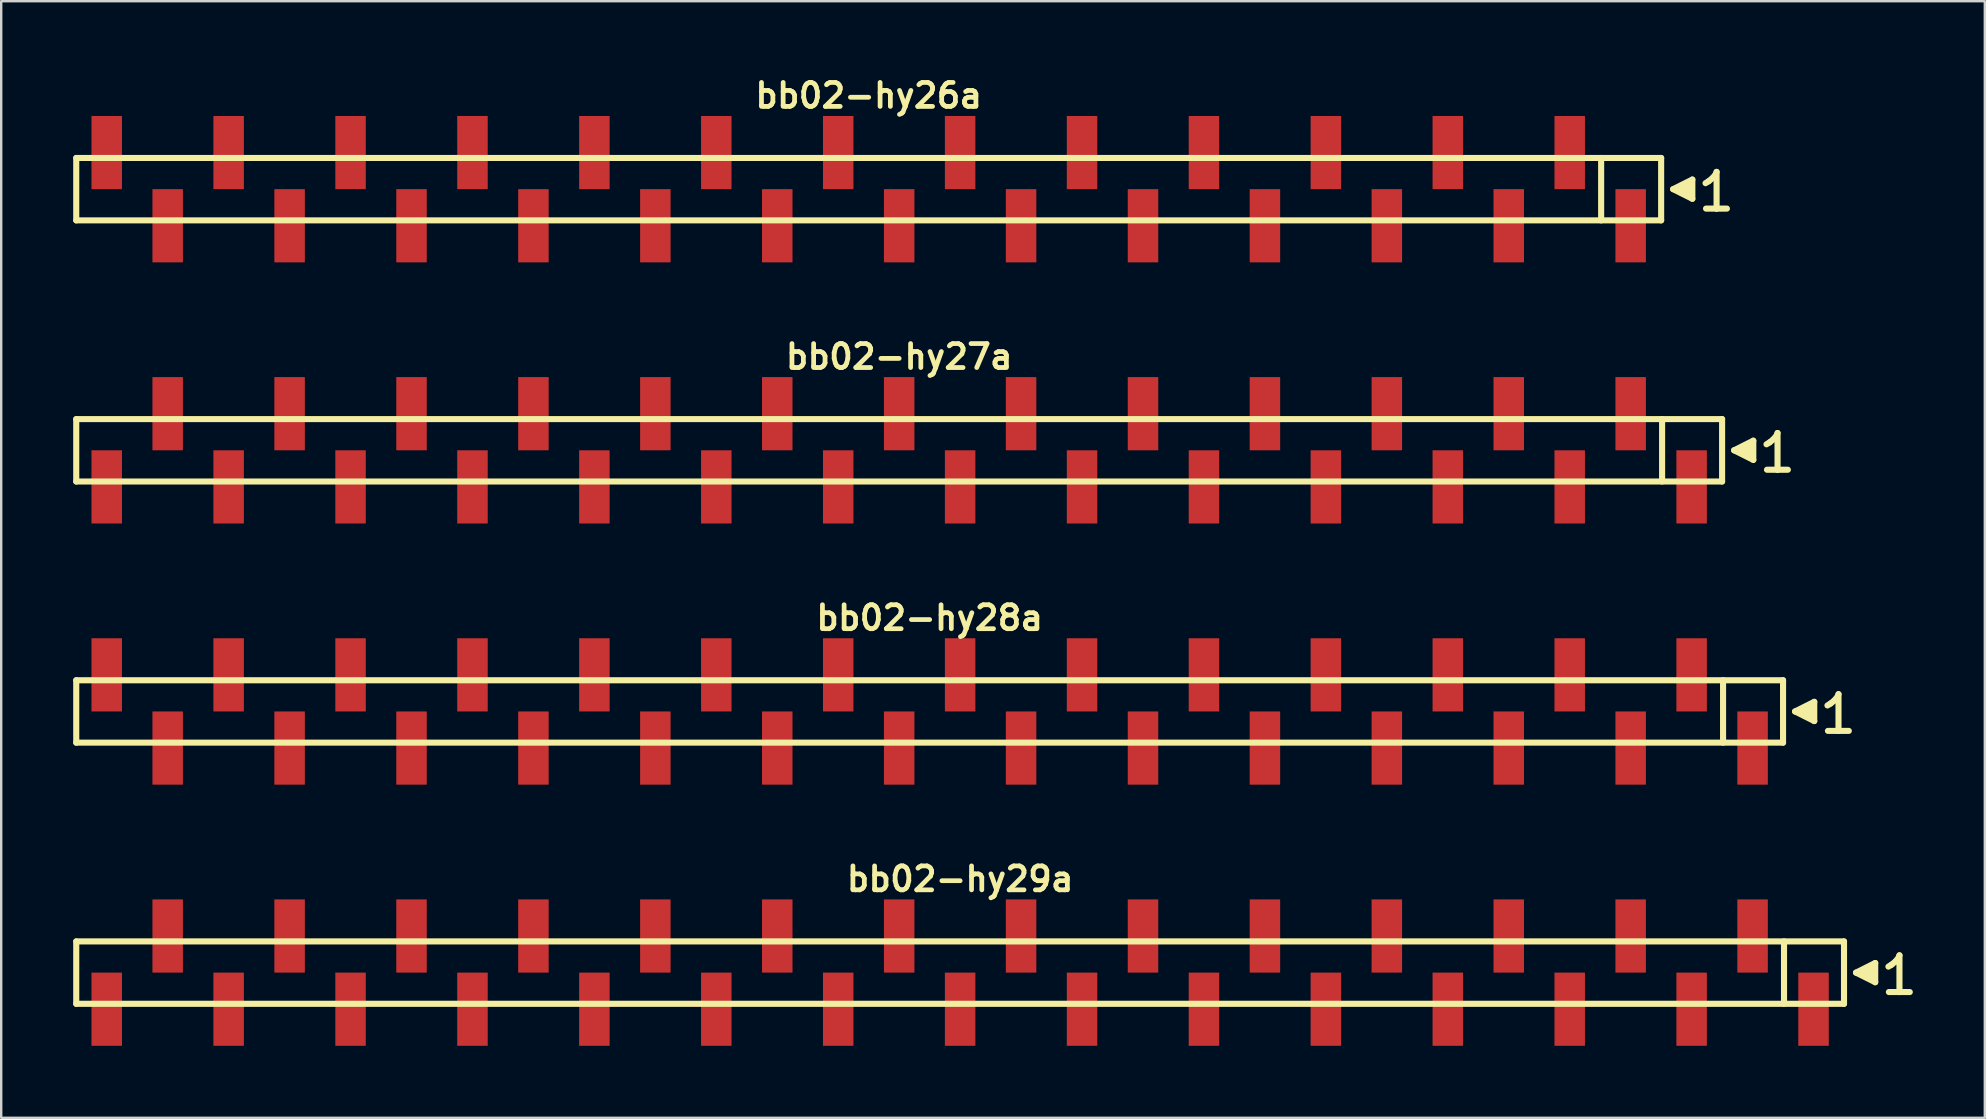
<source format=kicad_pcb>
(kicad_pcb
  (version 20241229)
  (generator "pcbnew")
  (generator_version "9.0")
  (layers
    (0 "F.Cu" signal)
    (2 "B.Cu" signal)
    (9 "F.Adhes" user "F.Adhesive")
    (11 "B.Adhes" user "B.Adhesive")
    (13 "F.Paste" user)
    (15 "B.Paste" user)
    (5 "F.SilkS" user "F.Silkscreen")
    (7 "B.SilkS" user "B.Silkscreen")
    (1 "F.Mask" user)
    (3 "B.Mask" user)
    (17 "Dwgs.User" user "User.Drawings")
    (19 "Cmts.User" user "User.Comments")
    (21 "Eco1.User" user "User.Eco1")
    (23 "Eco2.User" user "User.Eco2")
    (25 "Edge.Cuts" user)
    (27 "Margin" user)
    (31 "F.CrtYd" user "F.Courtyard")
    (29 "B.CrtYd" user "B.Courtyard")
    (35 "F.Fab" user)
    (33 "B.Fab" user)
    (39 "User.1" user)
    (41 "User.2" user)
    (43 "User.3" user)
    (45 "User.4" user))
  (footprint "bb02-hy29a"
    (layer "F.Cu")
    (at 36.957 37.477)
    (property "Reference" "bb02-hy29a" (at 0 -3.9 0) (layer "F.SilkS") (effects (font (size 0.998 0.998) (thickness 0.198))))
    (attr through_hole)
    (fp_line (start -36.83 -1.3) (end 36.83 -1.3) (stroke (width 0.254) (type solid)) (layer "F.SilkS"))
    (fp_line (start -36.83 1.3) (end -36.83 -1.3) (stroke (width 0.254) (type solid)) (layer "F.SilkS"))
    (fp_line (start 34.33 1.3) (end 34.33 -1.3) (stroke (width 0.254) (type solid)) (layer "F.SilkS"))
    (fp_line (start 36.83 -1.3) (end 36.83 1.3) (stroke (width 0.254) (type solid)) (layer "F.SilkS"))
    (fp_line (start 36.83 1.3) (end -36.83 1.3) (stroke (width 0.254) (type solid)) (layer "F.SilkS"))
    (fp_line (start 37.33 0) (end 38.13 0.4) (stroke (width 0.254) (type solid)) (layer "F.SilkS"))
    (fp_line (start 37.63 0.1) (end 37.63 -0.1) (stroke (width 0.254) (type solid)) (layer "F.SilkS"))
    (fp_line (start 37.73 -0.1) (end 37.73 0.1) (stroke (width 0.254) (type solid)) (layer "F.SilkS"))
    (fp_line (start 37.83 0.2) (end 37.83 -0.2) (stroke (width 0.254) (type solid)) (layer "F.SilkS"))
    (fp_line (start 37.93 -0.2) (end 37.93 0.2) (stroke (width 0.254) (type solid)) (layer "F.SilkS"))
    (fp_line (start 38.03 0.3) (end 38.03 -0.3) (stroke (width 0.254) (type solid)) (layer "F.SilkS"))
    (fp_line (start 38.13 -0.4) (end 37.33 0) (stroke (width 0.254) (type solid)) (layer "F.SilkS"))
    (fp_line (start 38.13 0.4) (end 38.13 -0.4) (stroke (width 0.254) (type solid)) (layer "F.SilkS"))
    (fp_line (start 38.68 -0.25) (end 38.81 -0.33) (stroke (width 0.254) (type solid)) (layer "F.SilkS"))
    (fp_line (start 38.81 -0.33) (end 38.97 -0.46) (stroke (width 0.254) (type solid)) (layer "F.SilkS"))
    (fp_line (start 38.97 -0.46) (end 39.11 -0.63) (stroke (width 0.254) (type solid)) (layer "F.SilkS"))
    (fp_line (start 39.11 -0.63) (end 39.14 -0.72) (stroke (width 0.254) (type solid)) (layer "F.SilkS"))
    (fp_line (start 39.14 -0.72) (end 39.14 0.81) (stroke (width 0.254) (type solid)) (layer "F.SilkS"))
    (fp_line (start 39.14 0.81) (end 38.7 0.81) (stroke (width 0.254) (type solid)) (layer "F.SilkS"))
    (fp_line (start 39.57 0.81) (end 39.13 0.81) (stroke (width 0.254) (type solid)) (layer "F.SilkS"))
    (pad "1" smd rect (at 35.56 1.525) (size 1.27 3.05) (layers "F.Cu" "F.Mask" "F.Paste"))
    (pad "2" smd rect (at 33.02 -1.525) (size 1.27 3.05) (layers "F.Cu" "F.Mask" "F.Paste"))
    (pad "3" smd rect (at 30.48 1.525) (size 1.27 3.05) (layers "F.Cu" "F.Mask" "F.Paste"))
    (pad "4" smd rect (at 27.94 -1.525) (size 1.27 3.05) (layers "F.Cu" "F.Mask" "F.Paste"))
    (pad "5" smd rect (at 25.4 1.525) (size 1.27 3.05) (layers "F.Cu" "F.Mask" "F.Paste"))
    (pad "6" smd rect (at 22.86 -1.525) (size 1.27 3.05) (layers "F.Cu" "F.Mask" "F.Paste"))
    (pad "7" smd rect (at 20.32 1.525) (size 1.27 3.05) (layers "F.Cu" "F.Mask" "F.Paste"))
    (pad "8" smd rect (at 17.78 -1.525) (size 1.27 3.05) (layers "F.Cu" "F.Mask" "F.Paste"))
    (pad "9" smd rect (at 15.24 1.525) (size 1.27 3.05) (layers "F.Cu" "F.Mask" "F.Paste"))
    (pad "10" smd rect (at 12.7 -1.525) (size 1.27 3.05) (layers "F.Cu" "F.Mask" "F.Paste"))
    (pad "11" smd rect (at 10.16 1.525) (size 1.27 3.05) (layers "F.Cu" "F.Mask" "F.Paste"))
    (pad "12" smd rect (at 7.62 -1.525) (size 1.27 3.05) (layers "F.Cu" "F.Mask" "F.Paste"))
    (pad "13" smd rect (at 5.08 1.525) (size 1.27 3.05) (layers "F.Cu" "F.Mask" "F.Paste"))
    (pad "14" smd rect (at 2.54 -1.525) (size 1.27 3.05) (layers "F.Cu" "F.Mask" "F.Paste"))
    (pad "15" smd rect (at 0 1.525) (size 1.27 3.05) (layers "F.Cu" "F.Mask" "F.Paste"))
    (pad "16" smd rect (at -2.54 -1.525) (size 1.27 3.05) (layers "F.Cu" "F.Mask" "F.Paste"))
    (pad "17" smd rect (at -5.08 1.525) (size 1.27 3.05) (layers "F.Cu" "F.Mask" "F.Paste"))
    (pad "18" smd rect (at -7.62 -1.525) (size 1.27 3.05) (layers "F.Cu" "F.Mask" "F.Paste"))
    (pad "19" smd rect (at -10.16 1.525) (size 1.27 3.05) (layers "F.Cu" "F.Mask" "F.Paste"))
    (pad "20" smd rect (at -12.7 -1.525) (size 1.27 3.05) (layers "F.Cu" "F.Mask" "F.Paste"))
    (pad "21" smd rect (at -15.24 1.525) (size 1.27 3.05) (layers "F.Cu" "F.Mask" "F.Paste"))
    (pad "22" smd rect (at -17.78 -1.525) (size 1.27 3.05) (layers "F.Cu" "F.Mask" "F.Paste"))
    (pad "23" smd rect (at -20.32 1.525) (size 1.27 3.05) (layers "F.Cu" "F.Mask" "F.Paste"))
    (pad "24" smd rect (at -22.86 -1.525) (size 1.27 3.05) (layers "F.Cu" "F.Mask" "F.Paste"))
    (pad "25" smd rect (at -25.4 1.525) (size 1.27 3.05) (layers "F.Cu" "F.Mask" "F.Paste"))
    (pad "26" smd rect (at -27.94 -1.525) (size 1.27 3.05) (layers "F.Cu" "F.Mask" "F.Paste"))
    (pad "27" smd rect (at -30.48 1.525) (size 1.27 3.05) (layers "F.Cu" "F.Mask" "F.Paste"))
    (pad "28" smd rect (at -33.02 -1.525) (size 1.27 3.05) (layers "F.Cu" "F.Mask" "F.Paste"))
    (pad "29" smd rect (at -35.56 1.525) (size 1.27 3.05) (layers "F.Cu" "F.Mask" "F.Paste")))
  (footprint "bb02-hy28a"
    (layer "F.Cu")
    (at 35.687 26.595)
    (property "Reference" "bb02-hy28a" (at 0 -3.9 0) (layer "F.SilkS") (effects (font (size 0.998 0.998) (thickness 0.198))))
    (attr through_hole)
    (fp_line (start -35.56 -1.3) (end 35.56 -1.3) (stroke (width 0.254) (type solid)) (layer "F.SilkS"))
    (fp_line (start -35.56 1.3) (end -35.56 -1.3) (stroke (width 0.254) (type solid)) (layer "F.SilkS"))
    (fp_line (start 33.06 1.3) (end 33.06 -1.3) (stroke (width 0.254) (type solid)) (layer "F.SilkS"))
    (fp_line (start 35.56 -1.3) (end 35.56 1.3) (stroke (width 0.254) (type solid)) (layer "F.SilkS"))
    (fp_line (start 35.56 1.3) (end -35.56 1.3) (stroke (width 0.254) (type solid)) (layer "F.SilkS"))
    (fp_line (start 36.06 0) (end 36.86 0.4) (stroke (width 0.254) (type solid)) (layer "F.SilkS"))
    (fp_line (start 36.36 0.1) (end 36.36 -0.1) (stroke (width 0.254) (type solid)) (layer "F.SilkS"))
    (fp_line (start 36.46 -0.1) (end 36.46 0.1) (stroke (width 0.254) (type solid)) (layer "F.SilkS"))
    (fp_line (start 36.56 0.2) (end 36.56 -0.2) (stroke (width 0.254) (type solid)) (layer "F.SilkS"))
    (fp_line (start 36.66 -0.2) (end 36.66 0.2) (stroke (width 0.254) (type solid)) (layer "F.SilkS"))
    (fp_line (start 36.76 0.3) (end 36.76 -0.3) (stroke (width 0.254) (type solid)) (layer "F.SilkS"))
    (fp_line (start 36.86 -0.4) (end 36.06 0) (stroke (width 0.254) (type solid)) (layer "F.SilkS"))
    (fp_line (start 36.86 0.4) (end 36.86 -0.4) (stroke (width 0.254) (type solid)) (layer "F.SilkS"))
    (fp_line (start 37.41 -0.25) (end 37.54 -0.33) (stroke (width 0.254) (type solid)) (layer "F.SilkS"))
    (fp_line (start 37.54 -0.33) (end 37.7 -0.46) (stroke (width 0.254) (type solid)) (layer "F.SilkS"))
    (fp_line (start 37.7 -0.46) (end 37.84 -0.63) (stroke (width 0.254) (type solid)) (layer "F.SilkS"))
    (fp_line (start 37.84 -0.63) (end 37.87 -0.72) (stroke (width 0.254) (type solid)) (layer "F.SilkS"))
    (fp_line (start 37.87 -0.72) (end 37.87 0.81) (stroke (width 0.254) (type solid)) (layer "F.SilkS"))
    (fp_line (start 37.87 0.81) (end 37.43 0.81) (stroke (width 0.254) (type solid)) (layer "F.SilkS"))
    (fp_line (start 38.3 0.81) (end 37.86 0.81) (stroke (width 0.254) (type solid)) (layer "F.SilkS"))
    (pad "1" smd rect (at 34.29 1.525) (size 1.27 3.05) (layers "F.Cu" "F.Mask" "F.Paste"))
    (pad "2" smd rect (at 31.75 -1.525) (size 1.27 3.05) (layers "F.Cu" "F.Mask" "F.Paste"))
    (pad "3" smd rect (at 29.21 1.525) (size 1.27 3.05) (layers "F.Cu" "F.Mask" "F.Paste"))
    (pad "4" smd rect (at 26.67 -1.525) (size 1.27 3.05) (layers "F.Cu" "F.Mask" "F.Paste"))
    (pad "5" smd rect (at 24.13 1.525) (size 1.27 3.05) (layers "F.Cu" "F.Mask" "F.Paste"))
    (pad "6" smd rect (at 21.59 -1.525) (size 1.27 3.05) (layers "F.Cu" "F.Mask" "F.Paste"))
    (pad "7" smd rect (at 19.05 1.525) (size 1.27 3.05) (layers "F.Cu" "F.Mask" "F.Paste"))
    (pad "8" smd rect (at 16.51 -1.525) (size 1.27 3.05) (layers "F.Cu" "F.Mask" "F.Paste"))
    (pad "9" smd rect (at 13.97 1.525) (size 1.27 3.05) (layers "F.Cu" "F.Mask" "F.Paste"))
    (pad "10" smd rect (at 11.43 -1.525) (size 1.27 3.05) (layers "F.Cu" "F.Mask" "F.Paste"))
    (pad "11" smd rect (at 8.89 1.525) (size 1.27 3.05) (layers "F.Cu" "F.Mask" "F.Paste"))
    (pad "12" smd rect (at 6.35 -1.525) (size 1.27 3.05) (layers "F.Cu" "F.Mask" "F.Paste"))
    (pad "13" smd rect (at 3.81 1.525) (size 1.27 3.05) (layers "F.Cu" "F.Mask" "F.Paste"))
    (pad "14" smd rect (at 1.27 -1.525) (size 1.27 3.05) (layers "F.Cu" "F.Mask" "F.Paste"))
    (pad "15" smd rect (at -1.27 1.525) (size 1.27 3.05) (layers "F.Cu" "F.Mask" "F.Paste"))
    (pad "16" smd rect (at -3.81 -1.525) (size 1.27 3.05) (layers "F.Cu" "F.Mask" "F.Paste"))
    (pad "17" smd rect (at -6.35 1.525) (size 1.27 3.05) (layers "F.Cu" "F.Mask" "F.Paste"))
    (pad "18" smd rect (at -8.89 -1.525) (size 1.27 3.05) (layers "F.Cu" "F.Mask" "F.Paste"))
    (pad "19" smd rect (at -11.43 1.525) (size 1.27 3.05) (layers "F.Cu" "F.Mask" "F.Paste"))
    (pad "20" smd rect (at -13.97 -1.525) (size 1.27 3.05) (layers "F.Cu" "F.Mask" "F.Paste"))
    (pad "21" smd rect (at -16.51 1.525) (size 1.27 3.05) (layers "F.Cu" "F.Mask" "F.Paste"))
    (pad "22" smd rect (at -19.05 -1.525) (size 1.27 3.05) (layers "F.Cu" "F.Mask" "F.Paste"))
    (pad "23" smd rect (at -21.59 1.525) (size 1.27 3.05) (layers "F.Cu" "F.Mask" "F.Paste"))
    (pad "24" smd rect (at -24.13 -1.525) (size 1.27 3.05) (layers "F.Cu" "F.Mask" "F.Paste"))
    (pad "25" smd rect (at -26.67 1.525) (size 1.27 3.05) (layers "F.Cu" "F.Mask" "F.Paste"))
    (pad "26" smd rect (at -29.21 -1.525) (size 1.27 3.05) (layers "F.Cu" "F.Mask" "F.Paste"))
    (pad "27" smd rect (at -31.75 1.525) (size 1.27 3.05) (layers "F.Cu" "F.Mask" "F.Paste"))
    (pad "28" smd rect (at -34.29 -1.525) (size 1.27 3.05) (layers "F.Cu" "F.Mask" "F.Paste")))
  (footprint "bb02-hy27a"
    (layer "F.Cu")
    (at 34.417 15.713)
    (property "Reference" "bb02-hy27a" (at 0 -3.9 0) (layer "F.SilkS") (effects (font (size 0.998 0.998) (thickness 0.198))))
    (attr through_hole)
    (fp_line (start -34.29 -1.3) (end 34.29 -1.3) (stroke (width 0.254) (type solid)) (layer "F.SilkS"))
    (fp_line (start -34.29 1.3) (end -34.29 -1.3) (stroke (width 0.254) (type solid)) (layer "F.SilkS"))
    (fp_line (start 31.79 1.3) (end 31.79 -1.3) (stroke (width 0.254) (type solid)) (layer "F.SilkS"))
    (fp_line (start 34.29 -1.3) (end 34.29 1.3) (stroke (width 0.254) (type solid)) (layer "F.SilkS"))
    (fp_line (start 34.29 1.3) (end -34.29 1.3) (stroke (width 0.254) (type solid)) (layer "F.SilkS"))
    (fp_line (start 34.79 0) (end 35.59 0.4) (stroke (width 0.254) (type solid)) (layer "F.SilkS"))
    (fp_line (start 35.09 0.1) (end 35.09 -0.1) (stroke (width 0.254) (type solid)) (layer "F.SilkS"))
    (fp_line (start 35.19 -0.1) (end 35.19 0.1) (stroke (width 0.254) (type solid)) (layer "F.SilkS"))
    (fp_line (start 35.29 0.2) (end 35.29 -0.2) (stroke (width 0.254) (type solid)) (layer "F.SilkS"))
    (fp_line (start 35.39 -0.2) (end 35.39 0.2) (stroke (width 0.254) (type solid)) (layer "F.SilkS"))
    (fp_line (start 35.49 0.3) (end 35.49 -0.3) (stroke (width 0.254) (type solid)) (layer "F.SilkS"))
    (fp_line (start 35.59 -0.4) (end 34.79 0) (stroke (width 0.254) (type solid)) (layer "F.SilkS"))
    (fp_line (start 35.59 0.4) (end 35.59 -0.4) (stroke (width 0.254) (type solid)) (layer "F.SilkS"))
    (fp_line (start 36.14 -0.25) (end 36.27 -0.33) (stroke (width 0.254) (type solid)) (layer "F.SilkS"))
    (fp_line (start 36.27 -0.33) (end 36.43 -0.46) (stroke (width 0.254) (type solid)) (layer "F.SilkS"))
    (fp_line (start 36.43 -0.46) (end 36.57 -0.63) (stroke (width 0.254) (type solid)) (layer "F.SilkS"))
    (fp_line (start 36.57 -0.63) (end 36.6 -0.72) (stroke (width 0.254) (type solid)) (layer "F.SilkS"))
    (fp_line (start 36.6 -0.72) (end 36.6 0.81) (stroke (width 0.254) (type solid)) (layer "F.SilkS"))
    (fp_line (start 36.6 0.81) (end 36.16 0.81) (stroke (width 0.254) (type solid)) (layer "F.SilkS"))
    (fp_line (start 37.03 0.81) (end 36.59 0.81) (stroke (width 0.254) (type solid)) (layer "F.SilkS"))
    (pad "1" smd rect (at 33.02 1.525) (size 1.27 3.05) (layers "F.Cu" "F.Mask" "F.Paste"))
    (pad "2" smd rect (at 30.48 -1.525) (size 1.27 3.05) (layers "F.Cu" "F.Mask" "F.Paste"))
    (pad "3" smd rect (at 27.94 1.525) (size 1.27 3.05) (layers "F.Cu" "F.Mask" "F.Paste"))
    (pad "4" smd rect (at 25.4 -1.525) (size 1.27 3.05) (layers "F.Cu" "F.Mask" "F.Paste"))
    (pad "5" smd rect (at 22.86 1.525) (size 1.27 3.05) (layers "F.Cu" "F.Mask" "F.Paste"))
    (pad "6" smd rect (at 20.32 -1.525) (size 1.27 3.05) (layers "F.Cu" "F.Mask" "F.Paste"))
    (pad "7" smd rect (at 17.78 1.525) (size 1.27 3.05) (layers "F.Cu" "F.Mask" "F.Paste"))
    (pad "8" smd rect (at 15.24 -1.525) (size 1.27 3.05) (layers "F.Cu" "F.Mask" "F.Paste"))
    (pad "9" smd rect (at 12.7 1.525) (size 1.27 3.05) (layers "F.Cu" "F.Mask" "F.Paste"))
    (pad "10" smd rect (at 10.16 -1.525) (size 1.27 3.05) (layers "F.Cu" "F.Mask" "F.Paste"))
    (pad "11" smd rect (at 7.62 1.525) (size 1.27 3.05) (layers "F.Cu" "F.Mask" "F.Paste"))
    (pad "12" smd rect (at 5.08 -1.525) (size 1.27 3.05) (layers "F.Cu" "F.Mask" "F.Paste"))
    (pad "13" smd rect (at 2.54 1.525) (size 1.27 3.05) (layers "F.Cu" "F.Mask" "F.Paste"))
    (pad "14" smd rect (at 0 -1.525) (size 1.27 3.05) (layers "F.Cu" "F.Mask" "F.Paste"))
    (pad "15" smd rect (at -2.54 1.525) (size 1.27 3.05) (layers "F.Cu" "F.Mask" "F.Paste"))
    (pad "16" smd rect (at -5.08 -1.525) (size 1.27 3.05) (layers "F.Cu" "F.Mask" "F.Paste"))
    (pad "17" smd rect (at -7.62 1.525) (size 1.27 3.05) (layers "F.Cu" "F.Mask" "F.Paste"))
    (pad "18" smd rect (at -10.16 -1.525) (size 1.27 3.05) (layers "F.Cu" "F.Mask" "F.Paste"))
    (pad "19" smd rect (at -12.7 1.525) (size 1.27 3.05) (layers "F.Cu" "F.Mask" "F.Paste"))
    (pad "20" smd rect (at -15.24 -1.525) (size 1.27 3.05) (layers "F.Cu" "F.Mask" "F.Paste"))
    (pad "21" smd rect (at -17.78 1.525) (size 1.27 3.05) (layers "F.Cu" "F.Mask" "F.Paste"))
    (pad "22" smd rect (at -20.32 -1.525) (size 1.27 3.05) (layers "F.Cu" "F.Mask" "F.Paste"))
    (pad "23" smd rect (at -22.86 1.525) (size 1.27 3.05) (layers "F.Cu" "F.Mask" "F.Paste"))
    (pad "24" smd rect (at -25.4 -1.525) (size 1.27 3.05) (layers "F.Cu" "F.Mask" "F.Paste"))
    (pad "25" smd rect (at -27.94 1.525) (size 1.27 3.05) (layers "F.Cu" "F.Mask" "F.Paste"))
    (pad "26" smd rect (at -30.48 -1.525) (size 1.27 3.05) (layers "F.Cu" "F.Mask" "F.Paste"))
    (pad "27" smd rect (at -33.02 1.525) (size 1.27 3.05) (layers "F.Cu" "F.Mask" "F.Paste")))
  (footprint "bb02-hy26a"
    (layer "F.Cu")
    (at 33.147 4.832)
    (property "Reference" "bb02-hy26a" (at 0 -3.9 0) (layer "F.SilkS") (effects (font (size 0.998 0.998) (thickness 0.198))))
    (attr through_hole)
    (fp_line (start -33.02 -1.3) (end 33.02 -1.3) (stroke (width 0.254) (type solid)) (layer "F.SilkS"))
    (fp_line (start -33.02 1.3) (end -33.02 -1.3) (stroke (width 0.254) (type solid)) (layer "F.SilkS"))
    (fp_line (start 30.52 1.3) (end 30.52 -1.3) (stroke (width 0.254) (type solid)) (layer "F.SilkS"))
    (fp_line (start 33.02 -1.3) (end 33.02 1.3) (stroke (width 0.254) (type solid)) (layer "F.SilkS"))
    (fp_line (start 33.02 1.3) (end -33.02 1.3) (stroke (width 0.254) (type solid)) (layer "F.SilkS"))
    (fp_line (start 33.52 0) (end 34.32 0.4) (stroke (width 0.254) (type solid)) (layer "F.SilkS"))
    (fp_line (start 33.82 0.1) (end 33.82 -0.1) (stroke (width 0.254) (type solid)) (layer "F.SilkS"))
    (fp_line (start 33.92 -0.1) (end 33.92 0.1) (stroke (width 0.254) (type solid)) (layer "F.SilkS"))
    (fp_line (start 34.02 0.2) (end 34.02 -0.2) (stroke (width 0.254) (type solid)) (layer "F.SilkS"))
    (fp_line (start 34.12 -0.2) (end 34.12 0.2) (stroke (width 0.254) (type solid)) (layer "F.SilkS"))
    (fp_line (start 34.22 0.3) (end 34.22 -0.3) (stroke (width 0.254) (type solid)) (layer "F.SilkS"))
    (fp_line (start 34.32 -0.4) (end 33.52 0) (stroke (width 0.254) (type solid)) (layer "F.SilkS"))
    (fp_line (start 34.32 0.4) (end 34.32 -0.4) (stroke (width 0.254) (type solid)) (layer "F.SilkS"))
    (fp_line (start 34.87 -0.25) (end 35 -0.33) (stroke (width 0.254) (type solid)) (layer "F.SilkS"))
    (fp_line (start 35 -0.33) (end 35.16 -0.46) (stroke (width 0.254) (type solid)) (layer "F.SilkS"))
    (fp_line (start 35.16 -0.46) (end 35.3 -0.63) (stroke (width 0.254) (type solid)) (layer "F.SilkS"))
    (fp_line (start 35.3 -0.63) (end 35.33 -0.72) (stroke (width 0.254) (type solid)) (layer "F.SilkS"))
    (fp_line (start 35.33 -0.72) (end 35.33 0.81) (stroke (width 0.254) (type solid)) (layer "F.SilkS"))
    (fp_line (start 35.33 0.81) (end 34.89 0.81) (stroke (width 0.254) (type solid)) (layer "F.SilkS"))
    (fp_line (start 35.76 0.81) (end 35.32 0.81) (stroke (width 0.254) (type solid)) (layer "F.SilkS"))
    (pad "1" smd rect (at 31.75 1.525) (size 1.27 3.05) (layers "F.Cu" "F.Mask" "F.Paste"))
    (pad "2" smd rect (at 29.21 -1.525) (size 1.27 3.05) (layers "F.Cu" "F.Mask" "F.Paste"))
    (pad "3" smd rect (at 26.67 1.525) (size 1.27 3.05) (layers "F.Cu" "F.Mask" "F.Paste"))
    (pad "4" smd rect (at 24.13 -1.525) (size 1.27 3.05) (layers "F.Cu" "F.Mask" "F.Paste"))
    (pad "5" smd rect (at 21.59 1.525) (size 1.27 3.05) (layers "F.Cu" "F.Mask" "F.Paste"))
    (pad "6" smd rect (at 19.05 -1.525) (size 1.27 3.05) (layers "F.Cu" "F.Mask" "F.Paste"))
    (pad "7" smd rect (at 16.51 1.525) (size 1.27 3.05) (layers "F.Cu" "F.Mask" "F.Paste"))
    (pad "8" smd rect (at 13.97 -1.525) (size 1.27 3.05) (layers "F.Cu" "F.Mask" "F.Paste"))
    (pad "9" smd rect (at 11.43 1.525) (size 1.27 3.05) (layers "F.Cu" "F.Mask" "F.Paste"))
    (pad "10" smd rect (at 8.89 -1.525) (size 1.27 3.05) (layers "F.Cu" "F.Mask" "F.Paste"))
    (pad "11" smd rect (at 6.35 1.525) (size 1.27 3.05) (layers "F.Cu" "F.Mask" "F.Paste"))
    (pad "12" smd rect (at 3.81 -1.525) (size 1.27 3.05) (layers "F.Cu" "F.Mask" "F.Paste"))
    (pad "13" smd rect (at 1.27 1.525) (size 1.27 3.05) (layers "F.Cu" "F.Mask" "F.Paste"))
    (pad "14" smd rect (at -1.27 -1.525) (size 1.27 3.05) (layers "F.Cu" "F.Mask" "F.Paste"))
    (pad "15" smd rect (at -3.81 1.525) (size 1.27 3.05) (layers "F.Cu" "F.Mask" "F.Paste"))
    (pad "16" smd rect (at -6.35 -1.525) (size 1.27 3.05) (layers "F.Cu" "F.Mask" "F.Paste"))
    (pad "17" smd rect (at -8.89 1.525) (size 1.27 3.05) (layers "F.Cu" "F.Mask" "F.Paste"))
    (pad "18" smd rect (at -11.43 -1.525) (size 1.27 3.05) (layers "F.Cu" "F.Mask" "F.Paste"))
    (pad "19" smd rect (at -13.97 1.525) (size 1.27 3.05) (layers "F.Cu" "F.Mask" "F.Paste"))
    (pad "20" smd rect (at -16.51 -1.525) (size 1.27 3.05) (layers "F.Cu" "F.Mask" "F.Paste"))
    (pad "21" smd rect (at -19.05 1.525) (size 1.27 3.05) (layers "F.Cu" "F.Mask" "F.Paste"))
    (pad "22" smd rect (at -21.59 -1.525) (size 1.27 3.05) (layers "F.Cu" "F.Mask" "F.Paste"))
    (pad "23" smd rect (at -24.13 1.525) (size 1.27 3.05) (layers "F.Cu" "F.Mask" "F.Paste"))
    (pad "24" smd rect (at -26.67 -1.525) (size 1.27 3.05) (layers "F.Cu" "F.Mask" "F.Paste"))
    (pad "25" smd rect (at -29.21 1.525) (size 1.27 3.05) (layers "F.Cu" "F.Mask" "F.Paste"))
    (pad "26" smd rect (at -31.75 -1.525) (size 1.27 3.05) (layers "F.Cu" "F.Mask" "F.Paste")))
  (gr_rect
    (start -3 -3)
    (end 79.654 43.527)
    (stroke (width 0.1) (type default))
    (fill no)
    (layer "Edge.Cuts")))
</source>
